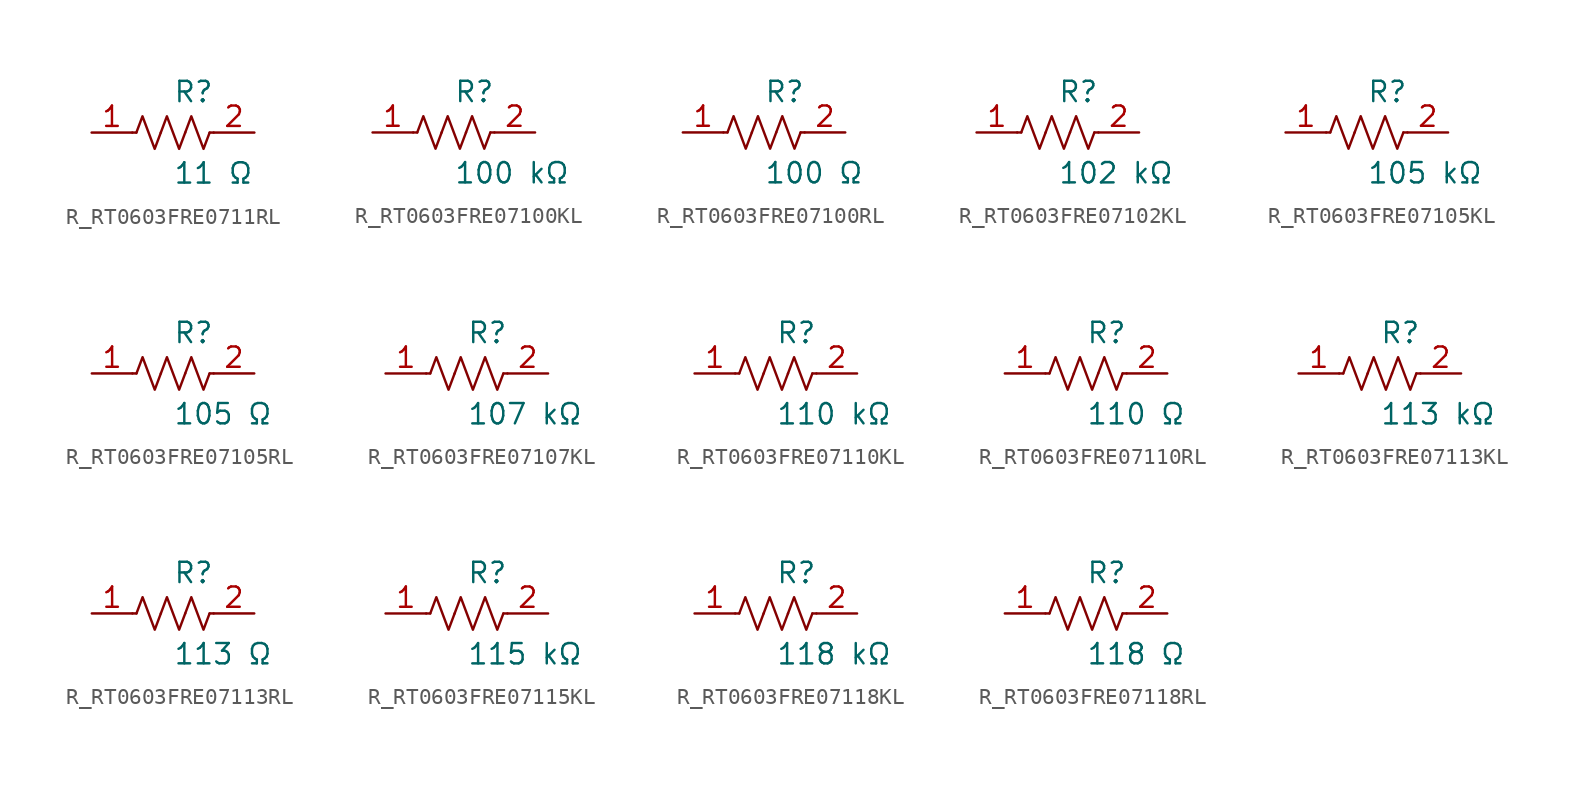
<source format=kicad_sym>
(kicad_symbol_lib
  (version 20231120)
  (generator kicad_symbol_editor)
  (generator_version 8.0)
  (symbol "R_RT0603FRE0711RL"
    (pin_names
      (offset 0.254))
    (property "Reference" "R"
      (at 0.0 2.54 0)
      (effects (font (size 1.27 1.27)) (justify left)))
    (property "Value" "11 Ω"
      (at 0.0 -2.54 0)
      (effects (font (size 1.27 1.27)) (justify left)))
    (symbol "R_RT0603FRE0711RL_0_1"
      (polyline (pts (xy 2.286 0) (xy 2.54 0)) (stroke (width 0) (type default)) (fill (type none)))
      (polyline (pts (xy -2.286 0) (xy -2.54 0)) (stroke (width 0) (type default)) (fill (type none)))
      (polyline (pts (xy 0.762 0) (xy 1.143 1.016) (xy 1.524 0) (xy 1.905 -1.016) (xy 2.286 0)) (stroke (width 0) (type default)) (fill (type none)))
      (polyline (pts (xy -0.762 0) (xy -0.381 1.016) (xy 0 0) (xy 0.381 -1.016) (xy 0.762 0)) (stroke (width 0) (type default)) (fill (type none)))
      (polyline (pts (xy -2.286 0) (xy -1.905 1.016) (xy -1.524 0) (xy -1.143 -1.016) (xy -0.762 0)) (stroke (width 0) (type default)) (fill (type none))))
    (pin unspecified line
      (at -5.08 0 0)
      (length 2.54)
      (name "" (effects (font (size 1.27 1.27))))
      (number "1" (effects (font (size 1.27 1.27)))))
    (pin unspecified line
      (at 5.08 0 180)
      (length 2.54)
      (name "" (effects (font (size 1.27 1.27))))
      (number "2" (effects (font (size 1.27 1.27))))))
  (symbol "R_RT0603FRE07100KL"
    (pin_names
      (offset 0.254))
    (property "Reference" "R"
      (at 0.0 2.54 0)
      (effects (font (size 1.27 1.27)) (justify left)))
    (property "Value" "100 kΩ"
      (at 0.0 -2.54 0)
      (effects (font (size 1.27 1.27)) (justify left)))
    (symbol "R_RT0603FRE07100KL_0_1"
      (polyline (pts (xy 2.286 0) (xy 2.54 0)) (stroke (width 0) (type default)) (fill (type none)))
      (polyline (pts (xy -2.286 0) (xy -2.54 0)) (stroke (width 0) (type default)) (fill (type none)))
      (polyline (pts (xy 0.762 0) (xy 1.143 1.016) (xy 1.524 0) (xy 1.905 -1.016) (xy 2.286 0)) (stroke (width 0) (type default)) (fill (type none)))
      (polyline (pts (xy -0.762 0) (xy -0.381 1.016) (xy 0 0) (xy 0.381 -1.016) (xy 0.762 0)) (stroke (width 0) (type default)) (fill (type none)))
      (polyline (pts (xy -2.286 0) (xy -1.905 1.016) (xy -1.524 0) (xy -1.143 -1.016) (xy -0.762 0)) (stroke (width 0) (type default)) (fill (type none))))
    (pin unspecified line
      (at -5.08 0 0)
      (length 2.54)
      (name "" (effects (font (size 1.27 1.27))))
      (number "1" (effects (font (size 1.27 1.27)))))
    (pin unspecified line
      (at 5.08 0 180)
      (length 2.54)
      (name "" (effects (font (size 1.27 1.27))))
      (number "2" (effects (font (size 1.27 1.27))))))
  (symbol "R_RT0603FRE07100RL"
    (pin_names
      (offset 0.254))
    (property "Reference" "R"
      (at 0.0 2.54 0)
      (effects (font (size 1.27 1.27)) (justify left)))
    (property "Value" "100 Ω"
      (at 0.0 -2.54 0)
      (effects (font (size 1.27 1.27)) (justify left)))
    (symbol "R_RT0603FRE07100RL_0_1"
      (polyline (pts (xy 2.286 0) (xy 2.54 0)) (stroke (width 0) (type default)) (fill (type none)))
      (polyline (pts (xy -2.286 0) (xy -2.54 0)) (stroke (width 0) (type default)) (fill (type none)))
      (polyline (pts (xy 0.762 0) (xy 1.143 1.016) (xy 1.524 0) (xy 1.905 -1.016) (xy 2.286 0)) (stroke (width 0) (type default)) (fill (type none)))
      (polyline (pts (xy -0.762 0) (xy -0.381 1.016) (xy 0 0) (xy 0.381 -1.016) (xy 0.762 0)) (stroke (width 0) (type default)) (fill (type none)))
      (polyline (pts (xy -2.286 0) (xy -1.905 1.016) (xy -1.524 0) (xy -1.143 -1.016) (xy -0.762 0)) (stroke (width 0) (type default)) (fill (type none))))
    (pin unspecified line
      (at -5.08 0 0)
      (length 2.54)
      (name "" (effects (font (size 1.27 1.27))))
      (number "1" (effects (font (size 1.27 1.27)))))
    (pin unspecified line
      (at 5.08 0 180)
      (length 2.54)
      (name "" (effects (font (size 1.27 1.27))))
      (number "2" (effects (font (size 1.27 1.27))))))
  (symbol "R_RT0603FRE07102KL"
    (pin_names
      (offset 0.254))
    (property "Reference" "R"
      (at 0.0 2.54 0)
      (effects (font (size 1.27 1.27)) (justify left)))
    (property "Value" "102 kΩ"
      (at 0.0 -2.54 0)
      (effects (font (size 1.27 1.27)) (justify left)))
    (symbol "R_RT0603FRE07102KL_0_1"
      (polyline (pts (xy 2.286 0) (xy 2.54 0)) (stroke (width 0) (type default)) (fill (type none)))
      (polyline (pts (xy -2.286 0) (xy -2.54 0)) (stroke (width 0) (type default)) (fill (type none)))
      (polyline (pts (xy 0.762 0) (xy 1.143 1.016) (xy 1.524 0) (xy 1.905 -1.016) (xy 2.286 0)) (stroke (width 0) (type default)) (fill (type none)))
      (polyline (pts (xy -0.762 0) (xy -0.381 1.016) (xy 0 0) (xy 0.381 -1.016) (xy 0.762 0)) (stroke (width 0) (type default)) (fill (type none)))
      (polyline (pts (xy -2.286 0) (xy -1.905 1.016) (xy -1.524 0) (xy -1.143 -1.016) (xy -0.762 0)) (stroke (width 0) (type default)) (fill (type none))))
    (pin unspecified line
      (at -5.08 0 0)
      (length 2.54)
      (name "" (effects (font (size 1.27 1.27))))
      (number "1" (effects (font (size 1.27 1.27)))))
    (pin unspecified line
      (at 5.08 0 180)
      (length 2.54)
      (name "" (effects (font (size 1.27 1.27))))
      (number "2" (effects (font (size 1.27 1.27))))))
  (symbol "R_RT0603FRE07105KL"
    (pin_names
      (offset 0.254))
    (property "Reference" "R"
      (at 0.0 2.54 0)
      (effects (font (size 1.27 1.27)) (justify left)))
    (property "Value" "105 kΩ"
      (at 0.0 -2.54 0)
      (effects (font (size 1.27 1.27)) (justify left)))
    (symbol "R_RT0603FRE07105KL_0_1"
      (polyline (pts (xy 2.286 0) (xy 2.54 0)) (stroke (width 0) (type default)) (fill (type none)))
      (polyline (pts (xy -2.286 0) (xy -2.54 0)) (stroke (width 0) (type default)) (fill (type none)))
      (polyline (pts (xy 0.762 0) (xy 1.143 1.016) (xy 1.524 0) (xy 1.905 -1.016) (xy 2.286 0)) (stroke (width 0) (type default)) (fill (type none)))
      (polyline (pts (xy -0.762 0) (xy -0.381 1.016) (xy 0 0) (xy 0.381 -1.016) (xy 0.762 0)) (stroke (width 0) (type default)) (fill (type none)))
      (polyline (pts (xy -2.286 0) (xy -1.905 1.016) (xy -1.524 0) (xy -1.143 -1.016) (xy -0.762 0)) (stroke (width 0) (type default)) (fill (type none))))
    (pin unspecified line
      (at -5.08 0 0)
      (length 2.54)
      (name "" (effects (font (size 1.27 1.27))))
      (number "1" (effects (font (size 1.27 1.27)))))
    (pin unspecified line
      (at 5.08 0 180)
      (length 2.54)
      (name "" (effects (font (size 1.27 1.27))))
      (number "2" (effects (font (size 1.27 1.27))))))
  (symbol "R_RT0603FRE07105RL"
    (pin_names
      (offset 0.254))
    (property "Reference" "R"
      (at 0.0 2.54 0)
      (effects (font (size 1.27 1.27)) (justify left)))
    (property "Value" "105 Ω"
      (at 0.0 -2.54 0)
      (effects (font (size 1.27 1.27)) (justify left)))
    (symbol "R_RT0603FRE07105RL_0_1"
      (polyline (pts (xy 2.286 0) (xy 2.54 0)) (stroke (width 0) (type default)) (fill (type none)))
      (polyline (pts (xy -2.286 0) (xy -2.54 0)) (stroke (width 0) (type default)) (fill (type none)))
      (polyline (pts (xy 0.762 0) (xy 1.143 1.016) (xy 1.524 0) (xy 1.905 -1.016) (xy 2.286 0)) (stroke (width 0) (type default)) (fill (type none)))
      (polyline (pts (xy -0.762 0) (xy -0.381 1.016) (xy 0 0) (xy 0.381 -1.016) (xy 0.762 0)) (stroke (width 0) (type default)) (fill (type none)))
      (polyline (pts (xy -2.286 0) (xy -1.905 1.016) (xy -1.524 0) (xy -1.143 -1.016) (xy -0.762 0)) (stroke (width 0) (type default)) (fill (type none))))
    (pin unspecified line
      (at -5.08 0 0)
      (length 2.54)
      (name "" (effects (font (size 1.27 1.27))))
      (number "1" (effects (font (size 1.27 1.27)))))
    (pin unspecified line
      (at 5.08 0 180)
      (length 2.54)
      (name "" (effects (font (size 1.27 1.27))))
      (number "2" (effects (font (size 1.27 1.27))))))
  (symbol "R_RT0603FRE07107KL"
    (pin_names
      (offset 0.254))
    (property "Reference" "R"
      (at 0.0 2.54 0)
      (effects (font (size 1.27 1.27)) (justify left)))
    (property "Value" "107 kΩ"
      (at 0.0 -2.54 0)
      (effects (font (size 1.27 1.27)) (justify left)))
    (symbol "R_RT0603FRE07107KL_0_1"
      (polyline (pts (xy 2.286 0) (xy 2.54 0)) (stroke (width 0) (type default)) (fill (type none)))
      (polyline (pts (xy -2.286 0) (xy -2.54 0)) (stroke (width 0) (type default)) (fill (type none)))
      (polyline (pts (xy 0.762 0) (xy 1.143 1.016) (xy 1.524 0) (xy 1.905 -1.016) (xy 2.286 0)) (stroke (width 0) (type default)) (fill (type none)))
      (polyline (pts (xy -0.762 0) (xy -0.381 1.016) (xy 0 0) (xy 0.381 -1.016) (xy 0.762 0)) (stroke (width 0) (type default)) (fill (type none)))
      (polyline (pts (xy -2.286 0) (xy -1.905 1.016) (xy -1.524 0) (xy -1.143 -1.016) (xy -0.762 0)) (stroke (width 0) (type default)) (fill (type none))))
    (pin unspecified line
      (at -5.08 0 0)
      (length 2.54)
      (name "" (effects (font (size 1.27 1.27))))
      (number "1" (effects (font (size 1.27 1.27)))))
    (pin unspecified line
      (at 5.08 0 180)
      (length 2.54)
      (name "" (effects (font (size 1.27 1.27))))
      (number "2" (effects (font (size 1.27 1.27))))))
  (symbol "R_RT0603FRE07110KL"
    (pin_names
      (offset 0.254))
    (property "Reference" "R"
      (at 0.0 2.54 0)
      (effects (font (size 1.27 1.27)) (justify left)))
    (property "Value" "110 kΩ"
      (at 0.0 -2.54 0)
      (effects (font (size 1.27 1.27)) (justify left)))
    (symbol "R_RT0603FRE07110KL_0_1"
      (polyline (pts (xy 2.286 0) (xy 2.54 0)) (stroke (width 0) (type default)) (fill (type none)))
      (polyline (pts (xy -2.286 0) (xy -2.54 0)) (stroke (width 0) (type default)) (fill (type none)))
      (polyline (pts (xy 0.762 0) (xy 1.143 1.016) (xy 1.524 0) (xy 1.905 -1.016) (xy 2.286 0)) (stroke (width 0) (type default)) (fill (type none)))
      (polyline (pts (xy -0.762 0) (xy -0.381 1.016) (xy 0 0) (xy 0.381 -1.016) (xy 0.762 0)) (stroke (width 0) (type default)) (fill (type none)))
      (polyline (pts (xy -2.286 0) (xy -1.905 1.016) (xy -1.524 0) (xy -1.143 -1.016) (xy -0.762 0)) (stroke (width 0) (type default)) (fill (type none))))
    (pin unspecified line
      (at -5.08 0 0)
      (length 2.54)
      (name "" (effects (font (size 1.27 1.27))))
      (number "1" (effects (font (size 1.27 1.27)))))
    (pin unspecified line
      (at 5.08 0 180)
      (length 2.54)
      (name "" (effects (font (size 1.27 1.27))))
      (number "2" (effects (font (size 1.27 1.27))))))
  (symbol "R_RT0603FRE07110RL"
    (pin_names
      (offset 0.254))
    (property "Reference" "R"
      (at 0.0 2.54 0)
      (effects (font (size 1.27 1.27)) (justify left)))
    (property "Value" "110 Ω"
      (at 0.0 -2.54 0)
      (effects (font (size 1.27 1.27)) (justify left)))
    (symbol "R_RT0603FRE07110RL_0_1"
      (polyline (pts (xy 2.286 0) (xy 2.54 0)) (stroke (width 0) (type default)) (fill (type none)))
      (polyline (pts (xy -2.286 0) (xy -2.54 0)) (stroke (width 0) (type default)) (fill (type none)))
      (polyline (pts (xy 0.762 0) (xy 1.143 1.016) (xy 1.524 0) (xy 1.905 -1.016) (xy 2.286 0)) (stroke (width 0) (type default)) (fill (type none)))
      (polyline (pts (xy -0.762 0) (xy -0.381 1.016) (xy 0 0) (xy 0.381 -1.016) (xy 0.762 0)) (stroke (width 0) (type default)) (fill (type none)))
      (polyline (pts (xy -2.286 0) (xy -1.905 1.016) (xy -1.524 0) (xy -1.143 -1.016) (xy -0.762 0)) (stroke (width 0) (type default)) (fill (type none))))
    (pin unspecified line
      (at -5.08 0 0)
      (length 2.54)
      (name "" (effects (font (size 1.27 1.27))))
      (number "1" (effects (font (size 1.27 1.27)))))
    (pin unspecified line
      (at 5.08 0 180)
      (length 2.54)
      (name "" (effects (font (size 1.27 1.27))))
      (number "2" (effects (font (size 1.27 1.27))))))
  (symbol "R_RT0603FRE07113KL"
    (pin_names
      (offset 0.254))
    (property "Reference" "R"
      (at 0.0 2.54 0)
      (effects (font (size 1.27 1.27)) (justify left)))
    (property "Value" "113 kΩ"
      (at 0.0 -2.54 0)
      (effects (font (size 1.27 1.27)) (justify left)))
    (symbol "R_RT0603FRE07113KL_0_1"
      (polyline (pts (xy 2.286 0) (xy 2.54 0)) (stroke (width 0) (type default)) (fill (type none)))
      (polyline (pts (xy -2.286 0) (xy -2.54 0)) (stroke (width 0) (type default)) (fill (type none)))
      (polyline (pts (xy 0.762 0) (xy 1.143 1.016) (xy 1.524 0) (xy 1.905 -1.016) (xy 2.286 0)) (stroke (width 0) (type default)) (fill (type none)))
      (polyline (pts (xy -0.762 0) (xy -0.381 1.016) (xy 0 0) (xy 0.381 -1.016) (xy 0.762 0)) (stroke (width 0) (type default)) (fill (type none)))
      (polyline (pts (xy -2.286 0) (xy -1.905 1.016) (xy -1.524 0) (xy -1.143 -1.016) (xy -0.762 0)) (stroke (width 0) (type default)) (fill (type none))))
    (pin unspecified line
      (at -5.08 0 0)
      (length 2.54)
      (name "" (effects (font (size 1.27 1.27))))
      (number "1" (effects (font (size 1.27 1.27)))))
    (pin unspecified line
      (at 5.08 0 180)
      (length 2.54)
      (name "" (effects (font (size 1.27 1.27))))
      (number "2" (effects (font (size 1.27 1.27))))))
  (symbol "R_RT0603FRE07113RL"
    (pin_names
      (offset 0.254))
    (property "Reference" "R"
      (at 0.0 2.54 0)
      (effects (font (size 1.27 1.27)) (justify left)))
    (property "Value" "113 Ω"
      (at 0.0 -2.54 0)
      (effects (font (size 1.27 1.27)) (justify left)))
    (symbol "R_RT0603FRE07113RL_0_1"
      (polyline (pts (xy 2.286 0) (xy 2.54 0)) (stroke (width 0) (type default)) (fill (type none)))
      (polyline (pts (xy -2.286 0) (xy -2.54 0)) (stroke (width 0) (type default)) (fill (type none)))
      (polyline (pts (xy 0.762 0) (xy 1.143 1.016) (xy 1.524 0) (xy 1.905 -1.016) (xy 2.286 0)) (stroke (width 0) (type default)) (fill (type none)))
      (polyline (pts (xy -0.762 0) (xy -0.381 1.016) (xy 0 0) (xy 0.381 -1.016) (xy 0.762 0)) (stroke (width 0) (type default)) (fill (type none)))
      (polyline (pts (xy -2.286 0) (xy -1.905 1.016) (xy -1.524 0) (xy -1.143 -1.016) (xy -0.762 0)) (stroke (width 0) (type default)) (fill (type none))))
    (pin unspecified line
      (at -5.08 0 0)
      (length 2.54)
      (name "" (effects (font (size 1.27 1.27))))
      (number "1" (effects (font (size 1.27 1.27)))))
    (pin unspecified line
      (at 5.08 0 180)
      (length 2.54)
      (name "" (effects (font (size 1.27 1.27))))
      (number "2" (effects (font (size 1.27 1.27))))))
  (symbol "R_RT0603FRE07115KL"
    (pin_names
      (offset 0.254))
    (property "Reference" "R"
      (at 0.0 2.54 0)
      (effects (font (size 1.27 1.27)) (justify left)))
    (property "Value" "115 kΩ"
      (at 0.0 -2.54 0)
      (effects (font (size 1.27 1.27)) (justify left)))
    (symbol "R_RT0603FRE07115KL_0_1"
      (polyline (pts (xy 2.286 0) (xy 2.54 0)) (stroke (width 0) (type default)) (fill (type none)))
      (polyline (pts (xy -2.286 0) (xy -2.54 0)) (stroke (width 0) (type default)) (fill (type none)))
      (polyline (pts (xy 0.762 0) (xy 1.143 1.016) (xy 1.524 0) (xy 1.905 -1.016) (xy 2.286 0)) (stroke (width 0) (type default)) (fill (type none)))
      (polyline (pts (xy -0.762 0) (xy -0.381 1.016) (xy 0 0) (xy 0.381 -1.016) (xy 0.762 0)) (stroke (width 0) (type default)) (fill (type none)))
      (polyline (pts (xy -2.286 0) (xy -1.905 1.016) (xy -1.524 0) (xy -1.143 -1.016) (xy -0.762 0)) (stroke (width 0) (type default)) (fill (type none))))
    (pin unspecified line
      (at -5.08 0 0)
      (length 2.54)
      (name "" (effects (font (size 1.27 1.27))))
      (number "1" (effects (font (size 1.27 1.27)))))
    (pin unspecified line
      (at 5.08 0 180)
      (length 2.54)
      (name "" (effects (font (size 1.27 1.27))))
      (number "2" (effects (font (size 1.27 1.27))))))
  (symbol "R_RT0603FRE07118KL"
    (pin_names
      (offset 0.254))
    (property "Reference" "R"
      (at 0.0 2.54 0)
      (effects (font (size 1.27 1.27)) (justify left)))
    (property "Value" "118 kΩ"
      (at 0.0 -2.54 0)
      (effects (font (size 1.27 1.27)) (justify left)))
    (symbol "R_RT0603FRE07118KL_0_1"
      (polyline (pts (xy 2.286 0) (xy 2.54 0)) (stroke (width 0) (type default)) (fill (type none)))
      (polyline (pts (xy -2.286 0) (xy -2.54 0)) (stroke (width 0) (type default)) (fill (type none)))
      (polyline (pts (xy 0.762 0) (xy 1.143 1.016) (xy 1.524 0) (xy 1.905 -1.016) (xy 2.286 0)) (stroke (width 0) (type default)) (fill (type none)))
      (polyline (pts (xy -0.762 0) (xy -0.381 1.016) (xy 0 0) (xy 0.381 -1.016) (xy 0.762 0)) (stroke (width 0) (type default)) (fill (type none)))
      (polyline (pts (xy -2.286 0) (xy -1.905 1.016) (xy -1.524 0) (xy -1.143 -1.016) (xy -0.762 0)) (stroke (width 0) (type default)) (fill (type none))))
    (pin unspecified line
      (at -5.08 0 0)
      (length 2.54)
      (name "" (effects (font (size 1.27 1.27))))
      (number "1" (effects (font (size 1.27 1.27)))))
    (pin unspecified line
      (at 5.08 0 180)
      (length 2.54)
      (name "" (effects (font (size 1.27 1.27))))
      (number "2" (effects (font (size 1.27 1.27))))))
  (symbol "R_RT0603FRE07118RL"
    (pin_names
      (offset 0.254))
    (property "Reference" "R"
      (at 0.0 2.54 0)
      (effects (font (size 1.27 1.27)) (justify left)))
    (property "Value" "118 Ω"
      (at 0.0 -2.54 0)
      (effects (font (size 1.27 1.27)) (justify left)))
    (symbol "R_RT0603FRE07118RL_0_1"
      (polyline (pts (xy 2.286 0) (xy 2.54 0)) (stroke (width 0) (type default)) (fill (type none)))
      (polyline (pts (xy -2.286 0) (xy -2.54 0)) (stroke (width 0) (type default)) (fill (type none)))
      (polyline (pts (xy 0.762 0) (xy 1.143 1.016) (xy 1.524 0) (xy 1.905 -1.016) (xy 2.286 0)) (stroke (width 0) (type default)) (fill (type none)))
      (polyline (pts (xy -0.762 0) (xy -0.381 1.016) (xy 0 0) (xy 0.381 -1.016) (xy 0.762 0)) (stroke (width 0) (type default)) (fill (type none)))
      (polyline (pts (xy -2.286 0) (xy -1.905 1.016) (xy -1.524 0) (xy -1.143 -1.016) (xy -0.762 0)) (stroke (width 0) (type default)) (fill (type none))))
    (pin unspecified line
      (at -5.08 0 0)
      (length 2.54)
      (name "" (effects (font (size 1.27 1.27))))
      (number "1" (effects (font (size 1.27 1.27)))))
    (pin unspecified line
      (at 5.08 0 180)
      (length 2.54)
      (name "" (effects (font (size 1.27 1.27))))
      (number "2" (effects (font (size 1.27 1.27)))))))
</source>
